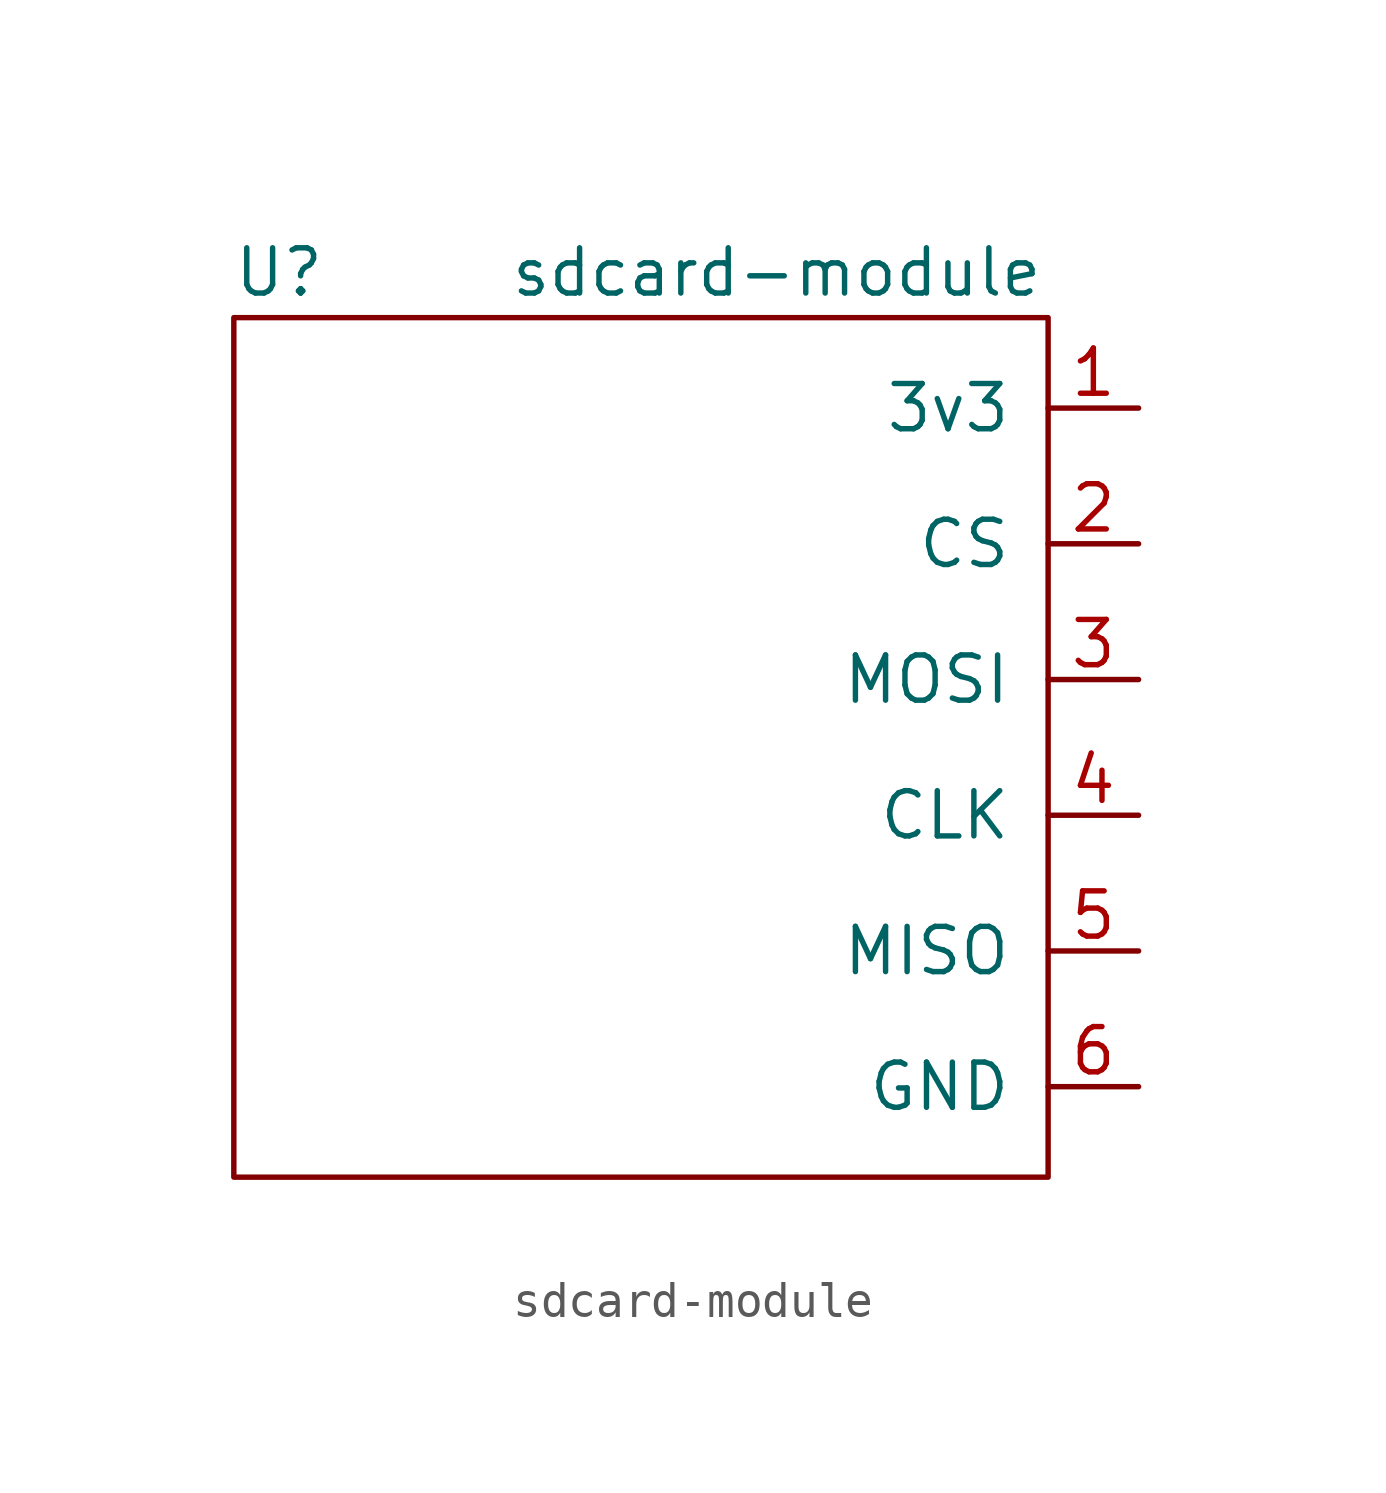
<source format=kicad_sym>
(kicad_symbol_lib
  (version 20231120)
  (generator "kicad_symbol_editor")
  (generator_version "8.0")
  (symbol "sdcard-module"
    (pin_names
      (offset 1.016))
    (property "Reference" "U"
      (at -10.16 12.7 0)
      (effects (font (size 1.27 1.27))))
    (property "Value" "sdcard-module"
      (at 3.81 12.7 0)
      (effects (font (size 1.27 1.27))))
    (symbol "sdcard-module_0_1"
      (rectangle (start 11.43 11.43) (end -11.43 -12.7) (stroke (width 0) (type default)) (fill (type none))))
    (symbol "sdcard-module_1_1"
      (pin power_in line (at 13.97 8.89 180) (length 2.54) (name "3v3" (effects (font (size 1.27 1.27)))) (number "1" (effects (font (size 1.27 1.27)))))
      (pin input line (at 13.97 5.08 180) (length 2.54) (name "CS" (effects (font (size 1.27 1.27)))) (number "2" (effects (font (size 1.27 1.27)))))
      (pin input line (at 13.97 1.27 180) (length 2.54) (name "MOSI" (effects (font (size 1.27 1.27)))) (number "3" (effects (font (size 1.27 1.27)))))
      (pin input line (at 13.97 -2.54 180) (length 2.54) (name "CLK" (effects (font (size 1.27 1.27)))) (number "4" (effects (font (size 1.27 1.27)))))
      (pin output line (at 13.97 -6.35 180) (length 2.54) (name "MISO" (effects (font (size 1.27 1.27)))) (number "5" (effects (font (size 1.27 1.27)))))
      (pin power_in line (at 13.97 -10.16 180) (length 2.54) (name "GND" (effects (font (size 1.27 1.27)))) (number "6" (effects (font (size 1.27 1.27))))))))
</source>
